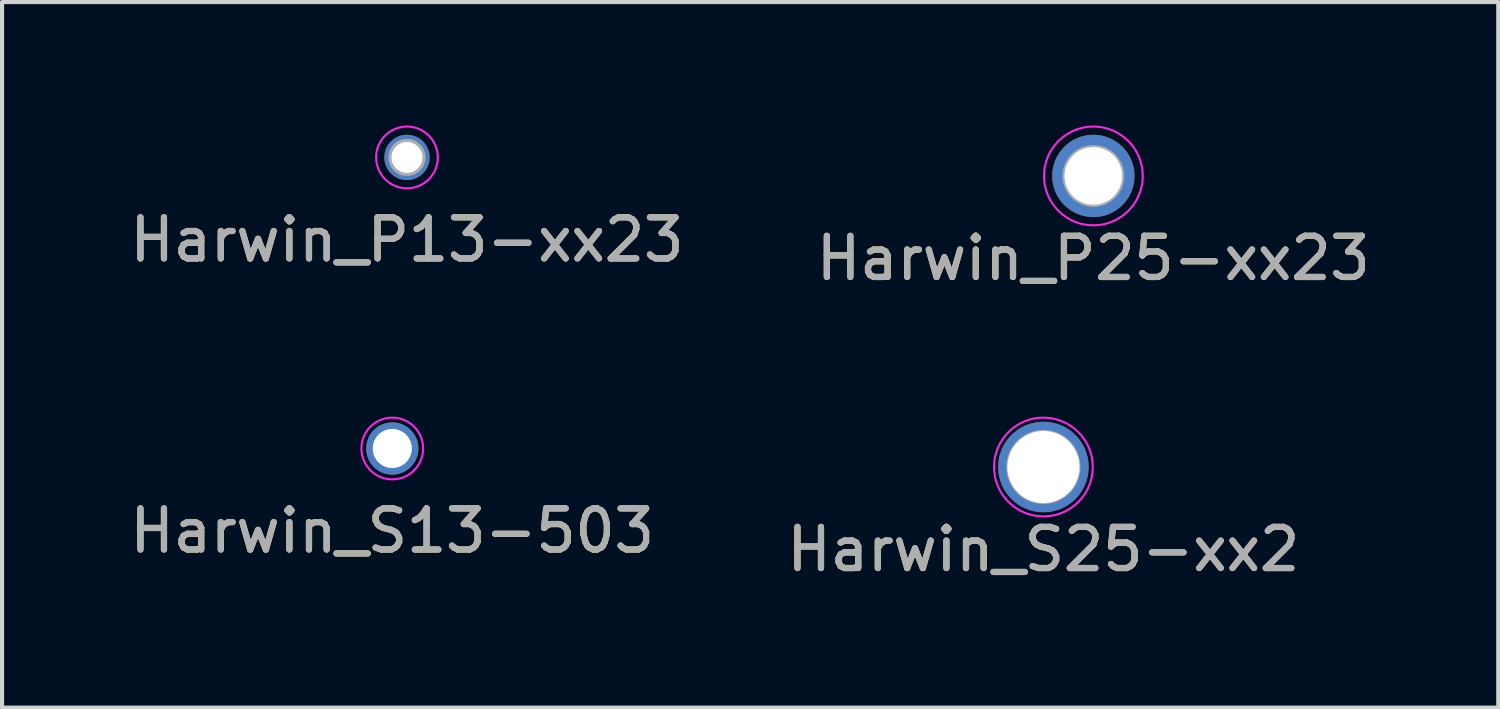
<source format=kicad_pcb>
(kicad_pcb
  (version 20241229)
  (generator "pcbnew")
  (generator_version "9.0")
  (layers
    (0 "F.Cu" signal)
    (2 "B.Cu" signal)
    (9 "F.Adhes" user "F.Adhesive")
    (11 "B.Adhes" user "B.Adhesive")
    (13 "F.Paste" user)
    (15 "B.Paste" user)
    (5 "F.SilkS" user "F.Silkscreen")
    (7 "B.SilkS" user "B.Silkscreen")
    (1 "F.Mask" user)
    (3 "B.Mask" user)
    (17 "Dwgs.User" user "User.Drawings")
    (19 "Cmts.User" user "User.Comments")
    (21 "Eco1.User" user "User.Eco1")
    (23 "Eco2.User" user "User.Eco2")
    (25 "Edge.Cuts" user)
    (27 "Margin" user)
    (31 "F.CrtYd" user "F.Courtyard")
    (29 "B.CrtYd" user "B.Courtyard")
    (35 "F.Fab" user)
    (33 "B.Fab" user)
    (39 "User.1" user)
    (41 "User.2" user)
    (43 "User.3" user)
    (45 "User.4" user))
  (footprint "Harwin_P25-xx23"
    (layer "F.Cu")
    (at 23.518 1.225)
    (property "Reference" "Harwin_P25-xx23" (at 0 2 0) (layer "F.SilkS") (effects (font (size 1 1) (thickness 0.15))))
    (attr through_hole)
    (fp_circle (center 0 0) (end 1.2 0) (stroke (width 0.05) (type solid)) (fill no) (layer "F.CrtYd"))
    (fp_circle (center 0 0) (end 0.7 0) (stroke (width 0.1) (type solid)) (fill no) (layer "F.Fab"))
    (fp_text user "${REFERENCE}" (at 0 2 0) (layer "F.Fab") (effects (font (size 1 1) (thickness 0.15))))
    (pad "1" thru_hole circle (at 0 0) (size 2 2) (drill 1.4) (layers "*.Cu" "*.Mask")))
  (footprint "Harwin_P13-xx23"
    (layer "F.Cu")
    (at 6.839 0.775)
    (property "Reference" "Harwin_P13-xx23" (at 0 2 0) (layer "F.SilkS") (effects (font (size 1 1) (thickness 0.15))))
    (attr through_hole)
    (fp_circle (center 0 0) (end 0.75 0) (stroke (width 0.05) (type solid)) (fill no) (layer "F.CrtYd"))
    (fp_circle (center 0 0) (end 0.4 0) (stroke (width 0.1) (type solid)) (fill no) (layer "F.Fab"))
    (fp_text user "${REFERENCE}" (at 0 2 0) (layer "F.Fab") (effects (font (size 1 1) (thickness 0.15))))
    (pad "1" thru_hole circle (at 0 0) (size 1.1 1.1) (drill 0.75) (layers "*.Cu" "*.Mask")))
  (footprint "Harwin_S25-xx2"
    (layer "F.Cu")
    (at 22.304 8.298)
    (property "Reference" "Harwin_S25-xx2" (at 0 2 0) (layer "F.SilkS") (effects (font (size 1 1) (thickness 0.15))))
    (attr through_hole)
    (fp_circle (center 0 0) (end 1.2 0) (stroke (width 0.05) (type solid)) (fill no) (layer "F.CrtYd"))
    (fp_circle (center 0 0) (end 0.85 0) (stroke (width 0.1) (type solid)) (fill no) (layer "F.Fab"))
    (fp_text user "${REFERENCE}" (at 0 2 0) (layer "F.Fab") (effects (font (size 1 1) (thickness 0.15))))
    (pad "1" thru_hole circle (at 0 0) (size 2.2 2.2) (drill 1.75) (layers "*.Cu" "*.Mask")))
  (footprint "Harwin_S13-503"
    (layer "F.Cu")
    (at 6.482 7.848)
    (property "Reference" "Harwin_S13-503" (at 0 2 0) (layer "F.SilkS") (effects (font (size 1 1) (thickness 0.15))))
    (attr through_hole)
    (fp_circle (center 0 0) (end 0.75 0) (stroke (width 0.05) (type solid)) (fill no) (layer "F.CrtYd"))
    (fp_circle (center 0 0) (end 0.4 0) (stroke (width 0.1) (type solid)) (fill no) (layer "F.Fab"))
    (fp_text user "${REFERENCE}" (at 0 2 0) (layer "F.Fab") (effects (font (size 1 1) (thickness 0.15))))
    (pad "1" thru_hole circle (at 0 0) (size 1.27 1.27) (drill 0.95) (layers "*.Cu" "*.Mask")))
  (gr_rect
    (start -3 -3)
    (end 33.357 14.146)
    (stroke (width 0.1) (type default))
    (fill no)
    (layer "Edge.Cuts")))
</source>
